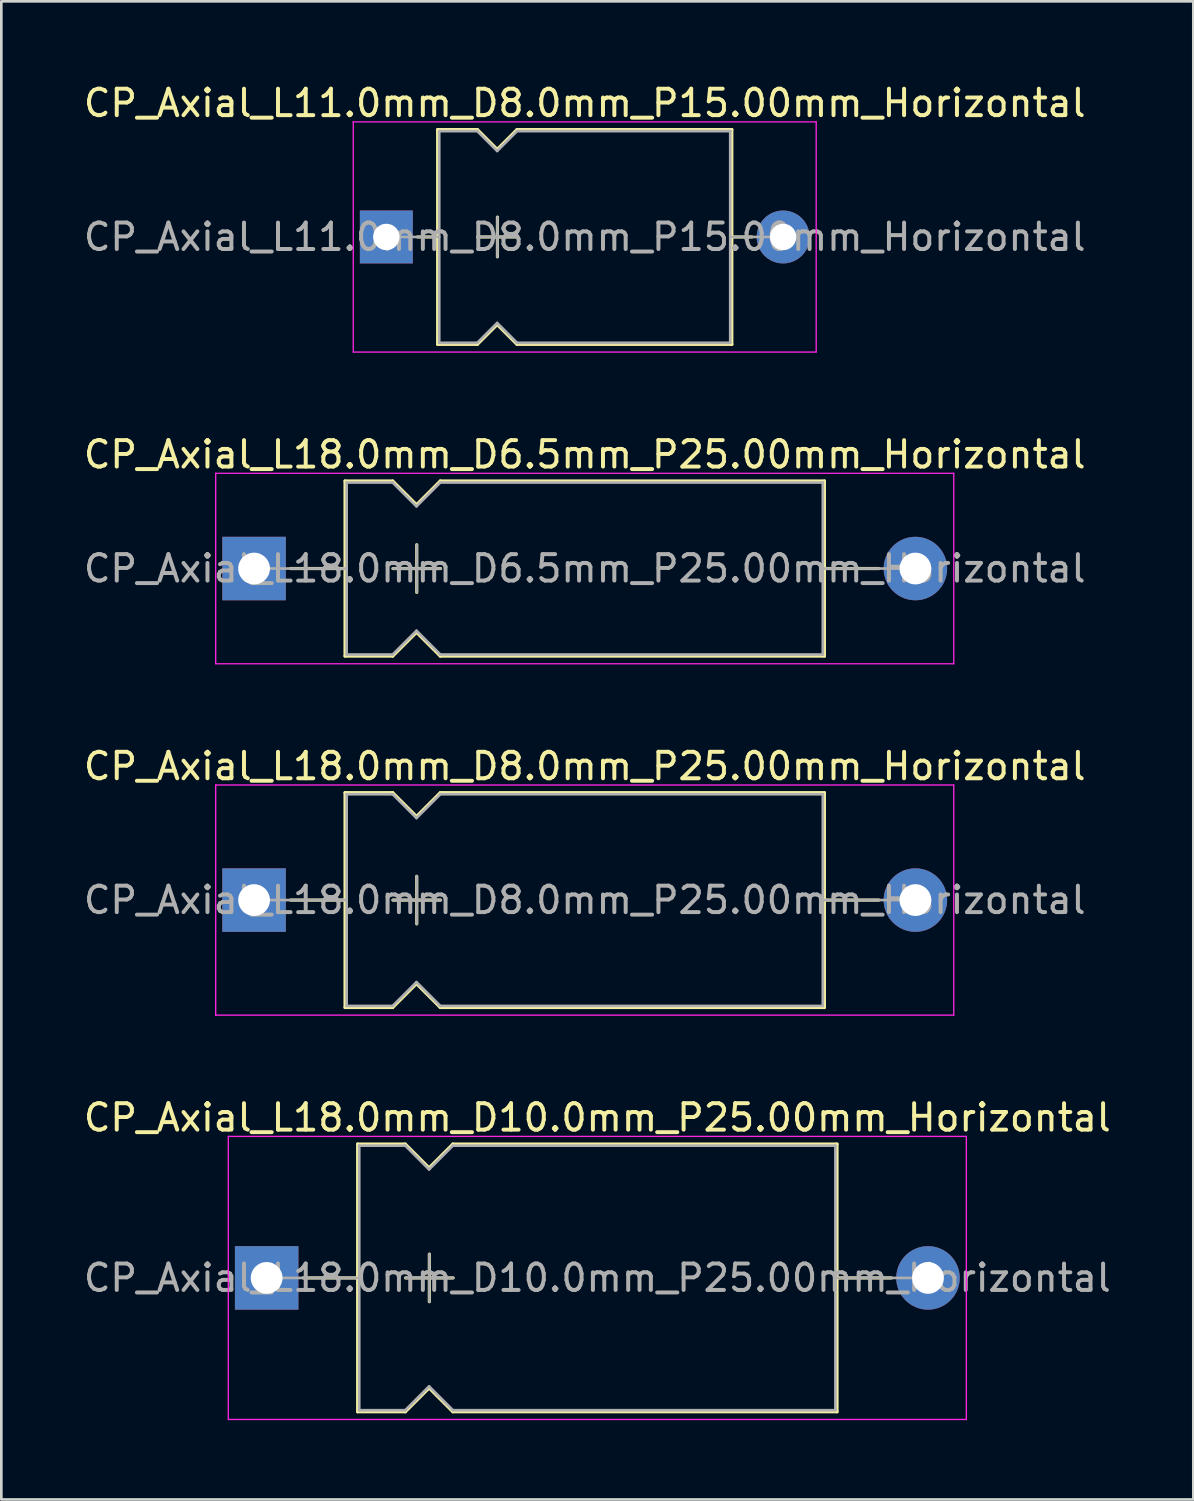
<source format=kicad_pcb>
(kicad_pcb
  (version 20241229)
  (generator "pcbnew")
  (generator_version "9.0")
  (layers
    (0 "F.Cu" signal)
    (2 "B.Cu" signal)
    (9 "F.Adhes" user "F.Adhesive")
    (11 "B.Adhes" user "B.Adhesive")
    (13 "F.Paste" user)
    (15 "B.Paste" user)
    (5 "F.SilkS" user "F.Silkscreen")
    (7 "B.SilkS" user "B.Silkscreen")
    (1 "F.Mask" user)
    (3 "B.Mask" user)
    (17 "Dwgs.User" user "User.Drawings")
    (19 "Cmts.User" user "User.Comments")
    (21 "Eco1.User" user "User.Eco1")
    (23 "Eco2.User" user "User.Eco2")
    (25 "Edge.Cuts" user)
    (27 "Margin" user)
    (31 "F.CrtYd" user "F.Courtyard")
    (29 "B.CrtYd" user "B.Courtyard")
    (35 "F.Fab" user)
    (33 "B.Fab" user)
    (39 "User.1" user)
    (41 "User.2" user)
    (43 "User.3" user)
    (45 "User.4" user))
  (footprint "CP_Axial_L18.0mm_D6.5mm_P25.00mm_Horizontal"
    (layer "F.Cu")
    (at 6.554 18.442)
    (property "Reference" "CP_Axial_L18.0mm_D6.5mm_P25.00mm_Horizontal" (at 12.5 -4.31 0) (layer "F.SilkS") (effects (font (size 1 1) (thickness 0.15))))
    (attr through_hole)
    (fp_line (start 1.38 0) (end 3.44 0) (stroke (width 0.12) (type solid)) (layer "F.SilkS"))
    (fp_line (start 3.44 -3.31) (end 3.44 3.31) (stroke (width 0.12) (type solid)) (layer "F.SilkS"))
    (fp_line (start 3.44 -3.31) (end 5.24 -3.31) (stroke (width 0.12) (type solid)) (layer "F.SilkS"))
    (fp_line (start 3.44 3.31) (end 5.24 3.31) (stroke (width 0.12) (type solid)) (layer "F.SilkS"))
    (fp_line (start 5.24 -3.31) (end 6.14 -2.41) (stroke (width 0.12) (type solid)) (layer "F.SilkS"))
    (fp_line (start 5.24 3.31) (end 6.14 2.41) (stroke (width 0.12) (type solid)) (layer "F.SilkS"))
    (fp_line (start 5.25 0) (end 7.05 0) (stroke (width 0.12) (type solid)) (layer "F.SilkS"))
    (fp_line (start 6.14 -2.41) (end 7.04 -3.31) (stroke (width 0.12) (type solid)) (layer "F.SilkS"))
    (fp_line (start 6.14 2.41) (end 7.04 3.31) (stroke (width 0.12) (type solid)) (layer "F.SilkS"))
    (fp_line (start 6.15 -0.9) (end 6.15 0.9) (stroke (width 0.12) (type solid)) (layer "F.SilkS"))
    (fp_line (start 7.04 -3.31) (end 21.56 -3.31) (stroke (width 0.12) (type solid)) (layer "F.SilkS"))
    (fp_line (start 7.04 3.31) (end 21.56 3.31) (stroke (width 0.12) (type solid)) (layer "F.SilkS"))
    (fp_line (start 21.56 -3.31) (end 21.56 3.31) (stroke (width 0.12) (type solid)) (layer "F.SilkS"))
    (fp_line (start 23.62 0) (end 21.56 0) (stroke (width 0.12) (type solid)) (layer "F.SilkS"))
    (fp_line (start -1.45 -3.6) (end -1.45 3.6) (stroke (width 0.05) (type solid)) (layer "F.CrtYd"))
    (fp_line (start -1.45 3.6) (end 26.45 3.6) (stroke (width 0.05) (type solid)) (layer "F.CrtYd"))
    (fp_line (start 26.45 -3.6) (end -1.45 -3.6) (stroke (width 0.05) (type solid)) (layer "F.CrtYd"))
    (fp_line (start 26.45 3.6) (end 26.45 -3.6) (stroke (width 0.05) (type solid)) (layer "F.CrtYd"))
    (fp_line (start 0 0) (end 3.5 0) (stroke (width 0.1) (type solid)) (layer "F.Fab"))
    (fp_line (start 3.5 -3.25) (end 3.5 3.25) (stroke (width 0.1) (type solid)) (layer "F.Fab"))
    (fp_line (start 3.5 -3.25) (end 5.24 -3.25) (stroke (width 0.1) (type solid)) (layer "F.Fab"))
    (fp_line (start 3.5 3.25) (end 5.24 3.25) (stroke (width 0.1) (type solid)) (layer "F.Fab"))
    (fp_line (start 5.24 -3.25) (end 6.14 -2.35) (stroke (width 0.1) (type solid)) (layer "F.Fab"))
    (fp_line (start 5.24 3.25) (end 6.14 2.35) (stroke (width 0.1) (type solid)) (layer "F.Fab"))
    (fp_line (start 5.25 0) (end 7.05 0) (stroke (width 0.1) (type solid)) (layer "F.Fab"))
    (fp_line (start 6.14 -2.35) (end 7.04 -3.25) (stroke (width 0.1) (type solid)) (layer "F.Fab"))
    (fp_line (start 6.14 2.35) (end 7.04 3.25) (stroke (width 0.1) (type solid)) (layer "F.Fab"))
    (fp_line (start 6.15 -0.9) (end 6.15 0.9) (stroke (width 0.1) (type solid)) (layer "F.Fab"))
    (fp_line (start 7.04 -3.25) (end 21.5 -3.25) (stroke (width 0.1) (type solid)) (layer "F.Fab"))
    (fp_line (start 7.04 3.25) (end 21.5 3.25) (stroke (width 0.1) (type solid)) (layer "F.Fab"))
    (fp_line (start 21.5 -3.25) (end 21.5 3.25) (stroke (width 0.1) (type solid)) (layer "F.Fab"))
    (fp_line (start 25 0) (end 21.5 0) (stroke (width 0.1) (type solid)) (layer "F.Fab"))
    (fp_text user "${REFERENCE}" (at 12.5 0 0) (layer "F.Fab") (effects (font (size 1 1) (thickness 0.15))))
    (pad "1" thru_hole rect (at 0 0) (size 2.4 2.4) (drill 1.2) (layers "*.Cu" "*.Mask"))
    (pad "2" thru_hole oval (at 25 0) (size 2.4 2.4) (drill 1.2) (layers "*.Cu" "*.Mask")))
  (footprint "CP_Axial_L18.0mm_D8.0mm_P25.00mm_Horizontal"
    (layer "F.Cu")
    (at 6.554 30.975)
    (property "Reference" "CP_Axial_L18.0mm_D8.0mm_P25.00mm_Horizontal" (at 12.5 -5.06 0) (layer "F.SilkS") (effects (font (size 1 1) (thickness 0.15))))
    (attr through_hole)
    (fp_line (start 1.38 0) (end 3.44 0) (stroke (width 0.12) (type solid)) (layer "F.SilkS"))
    (fp_line (start 3.44 -4.06) (end 3.44 4.06) (stroke (width 0.12) (type solid)) (layer "F.SilkS"))
    (fp_line (start 3.44 -4.06) (end 5.24 -4.06) (stroke (width 0.12) (type solid)) (layer "F.SilkS"))
    (fp_line (start 3.44 4.06) (end 5.24 4.06) (stroke (width 0.12) (type solid)) (layer "F.SilkS"))
    (fp_line (start 5.24 -4.06) (end 6.14 -3.16) (stroke (width 0.12) (type solid)) (layer "F.SilkS"))
    (fp_line (start 5.24 4.06) (end 6.14 3.16) (stroke (width 0.12) (type solid)) (layer "F.SilkS"))
    (fp_line (start 5.25 0) (end 7.05 0) (stroke (width 0.12) (type solid)) (layer "F.SilkS"))
    (fp_line (start 6.14 -3.16) (end 7.04 -4.06) (stroke (width 0.12) (type solid)) (layer "F.SilkS"))
    (fp_line (start 6.14 3.16) (end 7.04 4.06) (stroke (width 0.12) (type solid)) (layer "F.SilkS"))
    (fp_line (start 6.15 -0.9) (end 6.15 0.9) (stroke (width 0.12) (type solid)) (layer "F.SilkS"))
    (fp_line (start 7.04 -4.06) (end 21.56 -4.06) (stroke (width 0.12) (type solid)) (layer "F.SilkS"))
    (fp_line (start 7.04 4.06) (end 21.56 4.06) (stroke (width 0.12) (type solid)) (layer "F.SilkS"))
    (fp_line (start 21.56 -4.06) (end 21.56 4.06) (stroke (width 0.12) (type solid)) (layer "F.SilkS"))
    (fp_line (start 23.62 0) (end 21.56 0) (stroke (width 0.12) (type solid)) (layer "F.SilkS"))
    (fp_line (start -1.45 -4.35) (end -1.45 4.35) (stroke (width 0.05) (type solid)) (layer "F.CrtYd"))
    (fp_line (start -1.45 4.35) (end 26.45 4.35) (stroke (width 0.05) (type solid)) (layer "F.CrtYd"))
    (fp_line (start 26.45 -4.35) (end -1.45 -4.35) (stroke (width 0.05) (type solid)) (layer "F.CrtYd"))
    (fp_line (start 26.45 4.35) (end 26.45 -4.35) (stroke (width 0.05) (type solid)) (layer "F.CrtYd"))
    (fp_line (start 0 0) (end 3.5 0) (stroke (width 0.1) (type solid)) (layer "F.Fab"))
    (fp_line (start 3.5 -4) (end 3.5 4) (stroke (width 0.1) (type solid)) (layer "F.Fab"))
    (fp_line (start 3.5 -4) (end 5.24 -4) (stroke (width 0.1) (type solid)) (layer "F.Fab"))
    (fp_line (start 3.5 4) (end 5.24 4) (stroke (width 0.1) (type solid)) (layer "F.Fab"))
    (fp_line (start 5.24 -4) (end 6.14 -3.1) (stroke (width 0.1) (type solid)) (layer "F.Fab"))
    (fp_line (start 5.24 4) (end 6.14 3.1) (stroke (width 0.1) (type solid)) (layer "F.Fab"))
    (fp_line (start 5.25 0) (end 7.05 0) (stroke (width 0.1) (type solid)) (layer "F.Fab"))
    (fp_line (start 6.14 -3.1) (end 7.04 -4) (stroke (width 0.1) (type solid)) (layer "F.Fab"))
    (fp_line (start 6.14 3.1) (end 7.04 4) (stroke (width 0.1) (type solid)) (layer "F.Fab"))
    (fp_line (start 6.15 -0.9) (end 6.15 0.9) (stroke (width 0.1) (type solid)) (layer "F.Fab"))
    (fp_line (start 7.04 -4) (end 21.5 -4) (stroke (width 0.1) (type solid)) (layer "F.Fab"))
    (fp_line (start 7.04 4) (end 21.5 4) (stroke (width 0.1) (type solid)) (layer "F.Fab"))
    (fp_line (start 21.5 -4) (end 21.5 4) (stroke (width 0.1) (type solid)) (layer "F.Fab"))
    (fp_line (start 25 0) (end 21.5 0) (stroke (width 0.1) (type solid)) (layer "F.Fab"))
    (fp_text user "${REFERENCE}" (at 12.5 0 0) (layer "F.Fab") (effects (font (size 1 1) (thickness 0.15))))
    (pad "1" thru_hole rect (at 0 0) (size 2.4 2.4) (drill 1.2) (layers "*.Cu" "*.Mask"))
    (pad "2" thru_hole oval (at 25 0) (size 2.4 2.4) (drill 1.2) (layers "*.Cu" "*.Mask")))
  (footprint "CP_Axial_L11.0mm_D8.0mm_P15.00mm_Horizontal"
    (layer "F.Cu")
    (at 11.554 5.908)
    (property "Reference" "CP_Axial_L11.0mm_D8.0mm_P15.00mm_Horizontal" (at 7.5 -5.06 0) (layer "F.SilkS") (effects (font (size 1 1) (thickness 0.15))))
    (attr through_hole)
    (fp_line (start 1.18 0) (end 1.94 0) (stroke (width 0.12) (type solid)) (layer "F.SilkS"))
    (fp_line (start 1.94 -4.06) (end 1.94 4.06) (stroke (width 0.12) (type solid)) (layer "F.SilkS"))
    (fp_line (start 1.94 -4.06) (end 3.44 -4.06) (stroke (width 0.12) (type solid)) (layer "F.SilkS"))
    (fp_line (start 1.94 4.06) (end 3.44 4.06) (stroke (width 0.12) (type solid)) (layer "F.SilkS"))
    (fp_line (start 3.44 -4.06) (end 4.19 -3.31) (stroke (width 0.12) (type solid)) (layer "F.SilkS"))
    (fp_line (start 3.44 4.06) (end 4.19 3.31) (stroke (width 0.12) (type solid)) (layer "F.SilkS"))
    (fp_line (start 3.45 0) (end 4.95 0) (stroke (width 0.12) (type solid)) (layer "F.SilkS"))
    (fp_line (start 4.19 -3.31) (end 4.94 -4.06) (stroke (width 0.12) (type solid)) (layer "F.SilkS"))
    (fp_line (start 4.19 3.31) (end 4.94 4.06) (stroke (width 0.12) (type solid)) (layer "F.SilkS"))
    (fp_line (start 4.2 -0.75) (end 4.2 0.75) (stroke (width 0.12) (type solid)) (layer "F.SilkS"))
    (fp_line (start 4.94 -4.06) (end 13.06 -4.06) (stroke (width 0.12) (type solid)) (layer "F.SilkS"))
    (fp_line (start 4.94 4.06) (end 13.06 4.06) (stroke (width 0.12) (type solid)) (layer "F.SilkS"))
    (fp_line (start 13.06 -4.06) (end 13.06 4.06) (stroke (width 0.12) (type solid)) (layer "F.SilkS"))
    (fp_line (start 13.82 0) (end 13.06 0) (stroke (width 0.12) (type solid)) (layer "F.SilkS"))
    (fp_line (start -1.25 -4.35) (end -1.25 4.35) (stroke (width 0.05) (type solid)) (layer "F.CrtYd"))
    (fp_line (start -1.25 4.35) (end 16.25 4.35) (stroke (width 0.05) (type solid)) (layer "F.CrtYd"))
    (fp_line (start 16.25 -4.35) (end -1.25 -4.35) (stroke (width 0.05) (type solid)) (layer "F.CrtYd"))
    (fp_line (start 16.25 4.35) (end 16.25 -4.35) (stroke (width 0.05) (type solid)) (layer "F.CrtYd"))
    (fp_line (start 0 0) (end 2 0) (stroke (width 0.1) (type solid)) (layer "F.Fab"))
    (fp_line (start 2 -4) (end 2 4) (stroke (width 0.1) (type solid)) (layer "F.Fab"))
    (fp_line (start 2 -4) (end 3.44 -4) (stroke (width 0.1) (type solid)) (layer "F.Fab"))
    (fp_line (start 2 4) (end 3.44 4) (stroke (width 0.1) (type solid)) (layer "F.Fab"))
    (fp_line (start 3.44 -4) (end 4.19 -3.25) (stroke (width 0.1) (type solid)) (layer "F.Fab"))
    (fp_line (start 3.44 4) (end 4.19 3.25) (stroke (width 0.1) (type solid)) (layer "F.Fab"))
    (fp_line (start 3.45 0) (end 4.95 0) (stroke (width 0.1) (type solid)) (layer "F.Fab"))
    (fp_line (start 4.19 -3.25) (end 4.94 -4) (stroke (width 0.1) (type solid)) (layer "F.Fab"))
    (fp_line (start 4.19 3.25) (end 4.94 4) (stroke (width 0.1) (type solid)) (layer "F.Fab"))
    (fp_line (start 4.2 -0.75) (end 4.2 0.75) (stroke (width 0.1) (type solid)) (layer "F.Fab"))
    (fp_line (start 4.94 -4) (end 13 -4) (stroke (width 0.1) (type solid)) (layer "F.Fab"))
    (fp_line (start 4.94 4) (end 13 4) (stroke (width 0.1) (type solid)) (layer "F.Fab"))
    (fp_line (start 13 -4) (end 13 4) (stroke (width 0.1) (type solid)) (layer "F.Fab"))
    (fp_line (start 15 0) (end 13 0) (stroke (width 0.1) (type solid)) (layer "F.Fab"))
    (fp_text user "${REFERENCE}" (at 7.5 0 0) (layer "F.Fab") (effects (font (size 1 1) (thickness 0.15))))
    (pad "1" thru_hole rect (at 0 0) (size 2 2) (drill 1) (layers "*.Cu" "*.Mask"))
    (pad "2" thru_hole oval (at 15 0) (size 2 2) (drill 1) (layers "*.Cu" "*.Mask")))
  (footprint "CP_Axial_L18.0mm_D10.0mm_P25.00mm_Horizontal"
    (layer "F.Cu")
    (at 7.03 45.258)
    (property "Reference" "CP_Axial_L18.0mm_D10.0mm_P25.00mm_Horizontal" (at 12.5 -6.06 0) (layer "F.SilkS") (effects (font (size 1 1) (thickness 0.15))))
    (attr through_hole)
    (fp_line (start 1.38 0) (end 3.44 0) (stroke (width 0.12) (type solid)) (layer "F.SilkS"))
    (fp_line (start 3.44 -5.06) (end 3.44 5.06) (stroke (width 0.12) (type solid)) (layer "F.SilkS"))
    (fp_line (start 3.44 -5.06) (end 5.24 -5.06) (stroke (width 0.12) (type solid)) (layer "F.SilkS"))
    (fp_line (start 3.44 5.06) (end 5.24 5.06) (stroke (width 0.12) (type solid)) (layer "F.SilkS"))
    (fp_line (start 5.24 -5.06) (end 6.14 -4.16) (stroke (width 0.12) (type solid)) (layer "F.SilkS"))
    (fp_line (start 5.24 5.06) (end 6.14 4.16) (stroke (width 0.12) (type solid)) (layer "F.SilkS"))
    (fp_line (start 5.25 0) (end 7.05 0) (stroke (width 0.12) (type solid)) (layer "F.SilkS"))
    (fp_line (start 6.14 -4.16) (end 7.04 -5.06) (stroke (width 0.12) (type solid)) (layer "F.SilkS"))
    (fp_line (start 6.14 4.16) (end 7.04 5.06) (stroke (width 0.12) (type solid)) (layer "F.SilkS"))
    (fp_line (start 6.15 -0.9) (end 6.15 0.9) (stroke (width 0.12) (type solid)) (layer "F.SilkS"))
    (fp_line (start 7.04 -5.06) (end 21.56 -5.06) (stroke (width 0.12) (type solid)) (layer "F.SilkS"))
    (fp_line (start 7.04 5.06) (end 21.56 5.06) (stroke (width 0.12) (type solid)) (layer "F.SilkS"))
    (fp_line (start 21.56 -5.06) (end 21.56 5.06) (stroke (width 0.12) (type solid)) (layer "F.SilkS"))
    (fp_line (start 23.62 0) (end 21.56 0) (stroke (width 0.12) (type solid)) (layer "F.SilkS"))
    (fp_line (start -1.45 -5.35) (end -1.45 5.35) (stroke (width 0.05) (type solid)) (layer "F.CrtYd"))
    (fp_line (start -1.45 5.35) (end 26.45 5.35) (stroke (width 0.05) (type solid)) (layer "F.CrtYd"))
    (fp_line (start 26.45 -5.35) (end -1.45 -5.35) (stroke (width 0.05) (type solid)) (layer "F.CrtYd"))
    (fp_line (start 26.45 5.35) (end 26.45 -5.35) (stroke (width 0.05) (type solid)) (layer "F.CrtYd"))
    (fp_line (start 0 0) (end 3.5 0) (stroke (width 0.1) (type solid)) (layer "F.Fab"))
    (fp_line (start 3.5 -5) (end 3.5 5) (stroke (width 0.1) (type solid)) (layer "F.Fab"))
    (fp_line (start 3.5 -5) (end 5.24 -5) (stroke (width 0.1) (type solid)) (layer "F.Fab"))
    (fp_line (start 3.5 5) (end 5.24 5) (stroke (width 0.1) (type solid)) (layer "F.Fab"))
    (fp_line (start 5.24 -5) (end 6.14 -4.1) (stroke (width 0.1) (type solid)) (layer "F.Fab"))
    (fp_line (start 5.24 5) (end 6.14 4.1) (stroke (width 0.1) (type solid)) (layer "F.Fab"))
    (fp_line (start 5.25 0) (end 7.05 0) (stroke (width 0.1) (type solid)) (layer "F.Fab"))
    (fp_line (start 6.14 -4.1) (end 7.04 -5) (stroke (width 0.1) (type solid)) (layer "F.Fab"))
    (fp_line (start 6.14 4.1) (end 7.04 5) (stroke (width 0.1) (type solid)) (layer "F.Fab"))
    (fp_line (start 6.15 -0.9) (end 6.15 0.9) (stroke (width 0.1) (type solid)) (layer "F.Fab"))
    (fp_line (start 7.04 -5) (end 21.5 -5) (stroke (width 0.1) (type solid)) (layer "F.Fab"))
    (fp_line (start 7.04 5) (end 21.5 5) (stroke (width 0.1) (type solid)) (layer "F.Fab"))
    (fp_line (start 21.5 -5) (end 21.5 5) (stroke (width 0.1) (type solid)) (layer "F.Fab"))
    (fp_line (start 25 0) (end 21.5 0) (stroke (width 0.1) (type solid)) (layer "F.Fab"))
    (fp_text user "${REFERENCE}" (at 12.5 0 0) (layer "F.Fab") (effects (font (size 1 1) (thickness 0.15))))
    (pad "1" thru_hole rect (at 0 0) (size 2.4 2.4) (drill 1.2) (layers "*.Cu" "*.Mask"))
    (pad "2" thru_hole oval (at 25 0) (size 2.4 2.4) (drill 1.2) (layers "*.Cu" "*.Mask")))
  (gr_rect
    (start -3 -3)
    (end 42.06 53.633)
    (stroke (width 0.1) (type default))
    (fill no)
    (layer "Edge.Cuts")))
</source>
